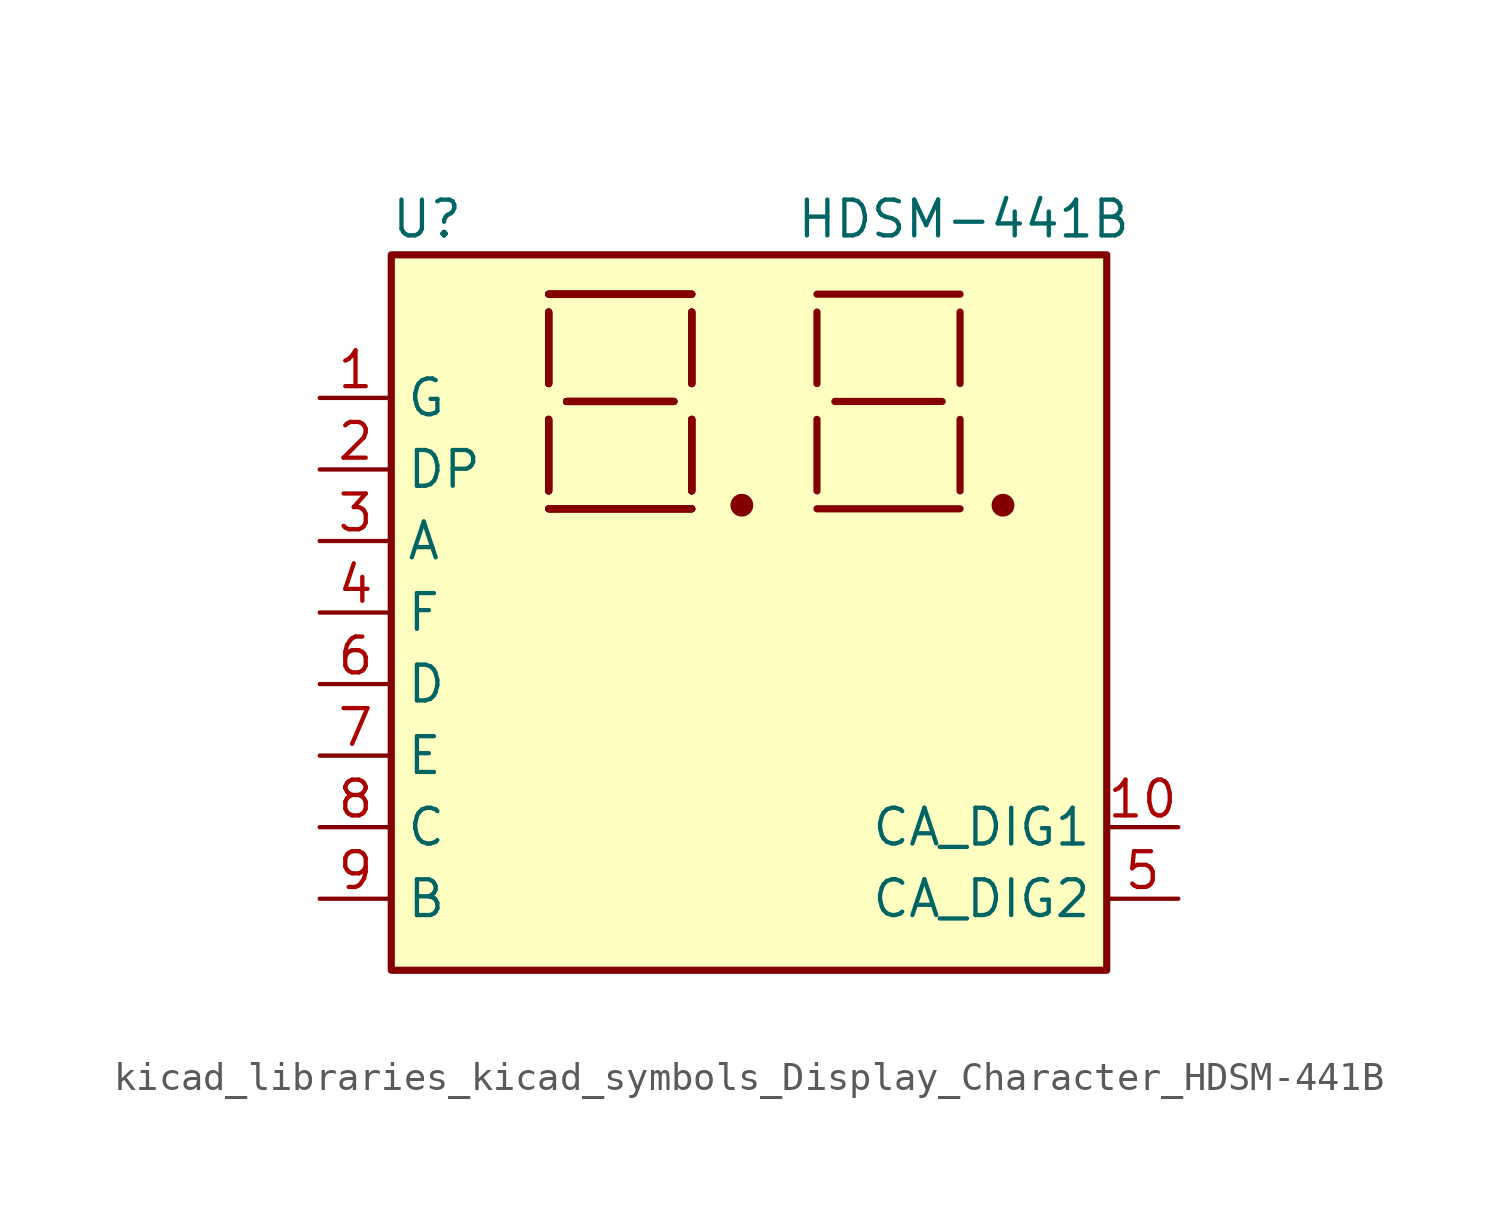
<source format=kicad_sym>
(kicad_symbol_lib
  (version 20220914)
  (generator kicad_symbol_editor)
  (symbol "kicad_libraries_kicad_symbols_Display_Character_HDSM-441B"
    (property "Reference" "U"
      (at -11.43 13.97 0)
      (effects (font (size 1.27 1.27))))
    (property "Value" "HDSM-441B"
      (at 7.62 13.97 0)
      (effects (font (size 1.27 1.27))))
    (symbol "kicad_libraries_kicad_symbols_Display_Character_HDSM-441B_0_1"
      (rectangle (start -12.7 12.7) (end 12.7 -12.7) (stroke (width 0.254) (type default)) (fill (type background)))
      (circle (center -0.254 3.81) (radius 0.279) (stroke (width 0.254) (type default)) (fill (type outline)))
      (polyline (pts (xy -7.112 3.683) (xy -2.032 3.683)) (stroke (width 0.254) (type default)) (fill (type none)))
      (polyline (pts (xy -7.112 3.683) (xy -2.032 3.683)) (stroke (width 0.254) (type default)) (fill (type none)))
      (polyline (pts (xy -7.112 3.683) (xy -2.032 3.683)) (stroke (width 0.254) (type default)) (fill (type none)))
      (polyline (pts (xy -7.112 3.683) (xy -2.032 3.683)) (stroke (width 0.254) (type default)) (fill (type none)))
      (polyline (pts (xy -7.112 4.318) (xy -7.112 6.858)) (stroke (width 0.254) (type default)) (fill (type none)))
      (polyline (pts (xy -7.112 4.318) (xy -7.112 6.858)) (stroke (width 0.254) (type default)) (fill (type none)))
      (polyline (pts (xy -7.112 4.318) (xy -7.112 6.858)) (stroke (width 0.254) (type default)) (fill (type none)))
      (polyline (pts (xy -7.112 4.318) (xy -7.112 6.858)) (stroke (width 0.254) (type default)) (fill (type none)))
      (polyline (pts (xy -7.112 8.128) (xy -7.112 10.668)) (stroke (width 0.254) (type default)) (fill (type none)))
      (polyline (pts (xy -7.112 8.128) (xy -7.112 10.668)) (stroke (width 0.254) (type default)) (fill (type none)))
      (polyline (pts (xy -7.112 8.128) (xy -7.112 10.668)) (stroke (width 0.254) (type default)) (fill (type none)))
      (polyline (pts (xy -7.112 8.128) (xy -7.112 10.668)) (stroke (width 0.254) (type default)) (fill (type none)))
      (polyline (pts (xy -7.112 11.303) (xy -2.032 11.303)) (stroke (width 0.254) (type default)) (fill (type none)))
      (polyline (pts (xy -7.112 11.303) (xy -2.032 11.303)) (stroke (width 0.254) (type default)) (fill (type none)))
      (polyline (pts (xy -7.112 11.303) (xy -2.032 11.303)) (stroke (width 0.254) (type default)) (fill (type none)))
      (polyline (pts (xy -7.112 11.303) (xy -2.032 11.303)) (stroke (width 0.254) (type default)) (fill (type none)))
      (polyline (pts (xy -6.477 7.493) (xy -2.667 7.493)) (stroke (width 0.254) (type default)) (fill (type none)))
      (polyline (pts (xy -6.477 7.493) (xy -2.667 7.493)) (stroke (width 0.254) (type default)) (fill (type none)))
      (polyline (pts (xy -6.477 7.493) (xy -2.667 7.493)) (stroke (width 0.254) (type default)) (fill (type none)))
      (polyline (pts (xy -6.477 7.493) (xy -2.667 7.493)) (stroke (width 0.254) (type default)) (fill (type none)))
      (polyline (pts (xy -2.032 4.318) (xy -2.032 6.858)) (stroke (width 0.254) (type default)) (fill (type none)))
      (polyline (pts (xy -2.032 4.318) (xy -2.032 6.858)) (stroke (width 0.254) (type default)) (fill (type none)))
      (polyline (pts (xy -2.032 4.318) (xy -2.032 6.858)) (stroke (width 0.254) (type default)) (fill (type none)))
      (polyline (pts (xy -2.032 4.318) (xy -2.032 6.858)) (stroke (width 0.254) (type default)) (fill (type none)))
      (polyline (pts (xy -2.032 10.668) (xy -2.032 8.128)) (stroke (width 0.254) (type default)) (fill (type none)))
      (polyline (pts (xy -2.032 10.668) (xy -2.032 8.128)) (stroke (width 0.254) (type default)) (fill (type none)))
      (polyline (pts (xy -2.032 10.668) (xy -2.032 8.128)) (stroke (width 0.254) (type default)) (fill (type none)))
      (polyline (pts (xy -2.032 10.668) (xy -2.032 8.128)) (stroke (width 0.254) (type default)) (fill (type none)))
      (polyline (pts (xy 2.413 3.683) (xy 7.493 3.683)) (stroke (width 0.254) (type default)) (fill (type none)))
      (polyline (pts (xy 2.413 4.318) (xy 2.413 6.858)) (stroke (width 0.254) (type default)) (fill (type none)))
      (polyline (pts (xy 2.413 8.128) (xy 2.413 10.668)) (stroke (width 0.254) (type default)) (fill (type none)))
      (polyline (pts (xy 2.413 11.303) (xy 7.493 11.303)) (stroke (width 0.254) (type default)) (fill (type none)))
      (polyline (pts (xy 3.048 7.493) (xy 6.858 7.493)) (stroke (width 0.254) (type default)) (fill (type none)))
      (polyline (pts (xy 7.493 4.318) (xy 7.493 6.858)) (stroke (width 0.254) (type default)) (fill (type none)))
      (polyline (pts (xy 7.493 8.128) (xy 7.493 10.668)) (stroke (width 0.254) (type default)) (fill (type none)))
      (circle (center 9.017 3.81) (radius 0.279) (stroke (width 0.254) (type default)) (fill (type outline))))
    (symbol "kicad_libraries_kicad_symbols_Display_Character_HDSM-441B_1_1"
      (pin input line (at -15.24 7.62 0) (length 2.54) (name "G" (effects (font (size 1.27 1.27)))) (number "1" (effects (font (size 1.27 1.27)))))
      (pin input line (at 15.24 -7.62 180) (length 2.54) (name "CA_DIG1" (effects (font (size 1.27 1.27)))) (number "10" (effects (font (size 1.27 1.27)))))
      (pin input line (at -15.24 5.08 0) (length 2.54) (name "DP" (effects (font (size 1.27 1.27)))) (number "2" (effects (font (size 1.27 1.27)))))
      (pin input line (at -15.24 2.54 0) (length 2.54) (name "A" (effects (font (size 1.27 1.27)))) (number "3" (effects (font (size 1.27 1.27)))))
      (pin input line (at -15.24 0 0) (length 2.54) (name "F" (effects (font (size 1.27 1.27)))) (number "4" (effects (font (size 1.27 1.27)))))
      (pin input line (at 15.24 -10.16 180) (length 2.54) (name "CA_DIG2" (effects (font (size 1.27 1.27)))) (number "5" (effects (font (size 1.27 1.27)))))
      (pin input line (at -15.24 -2.54 0) (length 2.54) (name "D" (effects (font (size 1.27 1.27)))) (number "6" (effects (font (size 1.27 1.27)))))
      (pin input line (at -15.24 -5.08 0) (length 2.54) (name "E" (effects (font (size 1.27 1.27)))) (number "7" (effects (font (size 1.27 1.27)))))
      (pin input line (at -15.24 -7.62 0) (length 2.54) (name "C" (effects (font (size 1.27 1.27)))) (number "8" (effects (font (size 1.27 1.27)))))
      (pin input line (at -15.24 -10.16 0) (length 2.54) (name "B" (effects (font (size 1.27 1.27)))) (number "9" (effects (font (size 1.27 1.27))))))))
</source>
